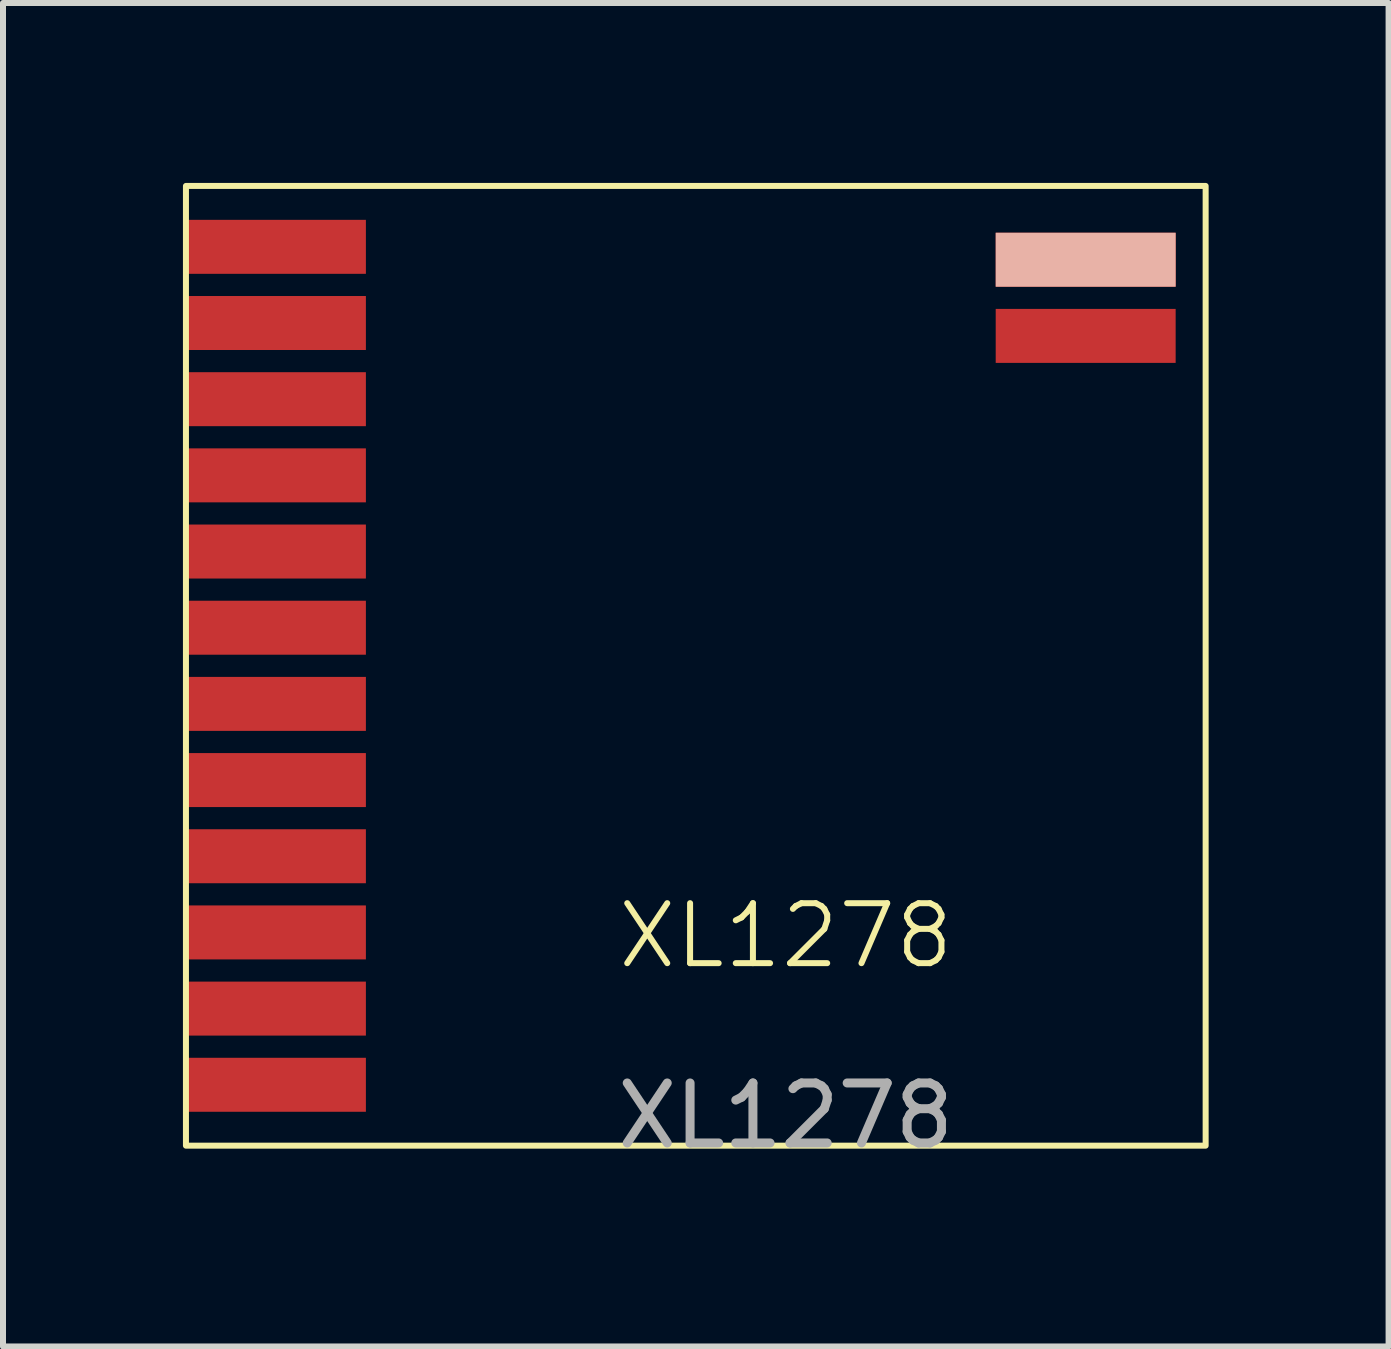
<source format=kicad_pcb>
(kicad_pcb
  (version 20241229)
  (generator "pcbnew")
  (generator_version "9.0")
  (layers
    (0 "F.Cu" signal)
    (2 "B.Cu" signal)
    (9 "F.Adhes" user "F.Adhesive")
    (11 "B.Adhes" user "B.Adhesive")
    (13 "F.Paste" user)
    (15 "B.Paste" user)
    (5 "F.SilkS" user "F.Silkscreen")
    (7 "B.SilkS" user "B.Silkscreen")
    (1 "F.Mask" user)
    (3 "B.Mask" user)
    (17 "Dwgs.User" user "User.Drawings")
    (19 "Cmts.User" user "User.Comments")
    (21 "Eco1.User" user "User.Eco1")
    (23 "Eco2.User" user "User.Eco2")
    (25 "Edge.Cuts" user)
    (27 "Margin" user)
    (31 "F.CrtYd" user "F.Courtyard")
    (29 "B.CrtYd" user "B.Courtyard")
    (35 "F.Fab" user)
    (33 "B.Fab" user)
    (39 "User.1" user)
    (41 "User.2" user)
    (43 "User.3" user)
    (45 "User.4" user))
  (footprint "XL1278"
    (layer "F.Cu")
    (at 10.05 13.05)
    (property "Reference" "XL1278" (at 0 -0.5 0) (unlocked yes) (layer "F.SilkS") (effects (font (size 1 1) (thickness 0.1))))
    (attr smd)
    (fp_rect (start -10 -13) (end 7 3) (stroke (width 0.1) (type solid)) (fill no) (layer "F.SilkS"))
    (fp_text user "${REFERENCE}" (at 0 2.5 0) (unlocked yes) (layer "F.Fab") (effects (font (size 1 1) (thickness 0.15))))
    (pad "1" smd rect (at -8.5 -11.985) (size 3 0.9) (layers "F.Cu" "F.Mask" "F.Paste"))
    (pad "2" smd rect (at -8.5 -10.715) (size 3 0.9) (layers "F.Cu" "F.Mask" "F.Paste"))
    (pad "3" smd rect (at -8.5 -9.445) (size 3 0.9) (layers "F.Cu" "F.Mask" "F.Paste"))
    (pad "4" smd rect (at -8.5 -8.175) (size 3 0.9) (layers "F.Cu" "F.Mask" "F.Paste"))
    (pad "5" smd rect (at -8.5 -6.905) (size 3 0.9) (layers "F.Cu" "F.Mask" "F.Paste"))
    (pad "6" smd rect (at -8.5 -5.635) (size 3 0.9) (layers "F.Cu" "F.Mask" "F.Paste"))
    (pad "7" smd rect (at -8.5 -4.365) (size 3 0.9) (layers "F.Cu" "F.Mask" "F.Paste"))
    (pad "8" smd rect (at -8.5 -3.095) (size 3 0.9) (layers "F.Cu" "F.Mask" "F.Paste"))
    (pad "9" smd rect (at -8.5 -1.825) (size 3 0.9) (layers "F.Cu" "F.Mask" "F.Paste"))
    (pad "10" smd rect (at -8.5 -0.555) (size 3 0.9) (layers "F.Cu" "F.Mask" "F.Paste"))
    (pad "11" smd rect (at -8.5 0.715) (size 3 0.9) (layers "F.Cu" "F.Mask" "F.Paste"))
    (pad "12" smd rect (at -8.5 1.985) (size 3 0.9) (layers "F.Cu" "F.Mask" "F.Paste"))
    (pad "13" smd rect (at 5 -10.5) (size 3 0.9) (layers "F.Cu" "F.Mask" "F.Paste"))
    (pad "14" smd rect (at 5 -11.77) (size 3 0.9) (layers "F.Cu" "B.SilkS")))
  (gr_rect
    (start -3 -3)
    (end 20.1 19.398)
    (stroke (width 0.1) (type default))
    (fill no)
    (layer "Edge.Cuts")))
</source>
